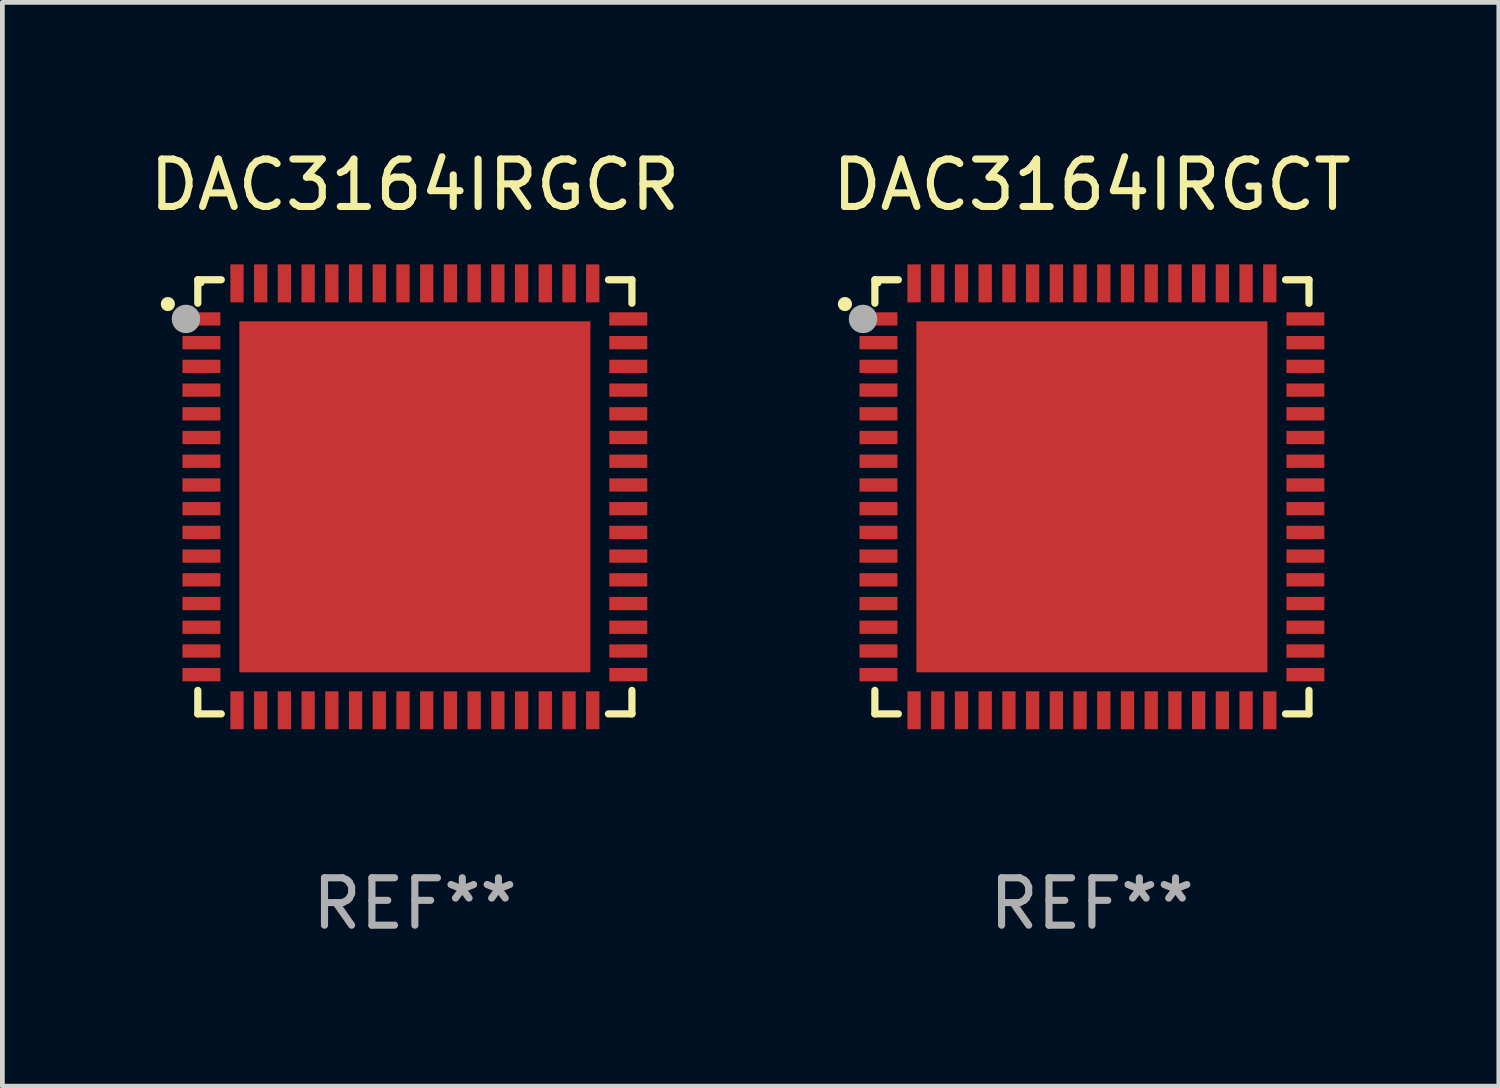
<source format=kicad_pcb>
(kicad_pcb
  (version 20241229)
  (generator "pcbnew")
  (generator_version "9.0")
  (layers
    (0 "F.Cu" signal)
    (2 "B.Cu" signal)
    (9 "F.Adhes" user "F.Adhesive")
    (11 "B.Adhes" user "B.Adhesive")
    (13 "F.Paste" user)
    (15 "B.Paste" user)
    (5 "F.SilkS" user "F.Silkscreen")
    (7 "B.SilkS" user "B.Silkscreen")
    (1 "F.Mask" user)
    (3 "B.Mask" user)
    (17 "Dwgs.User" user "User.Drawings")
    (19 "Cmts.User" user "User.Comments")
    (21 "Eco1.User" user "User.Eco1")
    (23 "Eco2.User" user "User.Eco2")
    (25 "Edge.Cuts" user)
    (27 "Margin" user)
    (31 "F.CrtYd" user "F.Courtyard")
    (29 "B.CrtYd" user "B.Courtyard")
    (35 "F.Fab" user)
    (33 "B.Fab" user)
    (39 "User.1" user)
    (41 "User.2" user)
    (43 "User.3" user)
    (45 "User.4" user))
  (footprint "DAC3164IRGCR"
    (layer "F.Cu")
    (at 5.696 7.424)
    (property "Reference" "DAC3164IRGCR" (at 0 -6.576 0) (layer "F.SilkS") (effects (font (size 1 1) (thickness 0.15))))
    (attr through_hole)
    (fp_line (start -4.576 -4.576) (end -4.576 -4.081) (stroke (width 0.152) (type solid)) (layer "F.SilkS"))
    (fp_line (start -4.576 4.576) (end -4.576 4.081) (stroke (width 0.152) (type solid)) (layer "F.SilkS"))
    (fp_line (start -4.081 -4.576) (end -4.576 -4.576) (stroke (width 0.152) (type solid)) (layer "F.SilkS"))
    (fp_line (start -4.081 4.576) (end -4.576 4.576) (stroke (width 0.152) (type solid)) (layer "F.SilkS"))
    (fp_line (start 4.081 -4.576) (end 4.576 -4.576) (stroke (width 0.152) (type solid)) (layer "F.SilkS"))
    (fp_line (start 4.081 4.576) (end 4.576 4.576) (stroke (width 0.152) (type solid)) (layer "F.SilkS"))
    (fp_line (start 4.576 -4.576) (end 4.576 -4.081) (stroke (width 0.152) (type solid)) (layer "F.SilkS"))
    (fp_line (start 4.576 4.576) (end 4.576 4.081) (stroke (width 0.152) (type solid)) (layer "F.SilkS"))
    (fp_circle (center -5.207 -4.064) (end -5.132 -4.064) (stroke (width 0.15) (type solid)) (fill no) (layer "F.SilkS"))
    (fp_circle (center -4.5 -4.5) (end -4.47 -4.5) (stroke (width 0.06) (type solid)) (fill no) (layer "F.SilkS"))
    (fp_circle (center -4.826 -3.75) (end -4.676 -3.75) (stroke (width 0.3) (type solid)) (fill no) (layer "F.Fab"))
    (fp_text user "REF**" (at 0 8.576 0) (layer "F.Fab") (effects (font (size 1 1) (thickness 0.15))))
    (pad "1" smd rect (at -4.5 -3.75) (size 0.8 0.28) (layers "F.Cu" "F.Mask" "F.Paste"))
    (pad "2" smd rect (at -4.5 -3.25) (size 0.8 0.28) (layers "F.Cu" "F.Mask" "F.Paste"))
    (pad "3" smd rect (at -4.5 -2.75) (size 0.8 0.28) (layers "F.Cu" "F.Mask" "F.Paste"))
    (pad "4" smd rect (at -4.5 -2.25) (size 0.8 0.28) (layers "F.Cu" "F.Mask" "F.Paste"))
    (pad "5" smd rect (at -4.5 -1.75) (size 0.8 0.28) (layers "F.Cu" "F.Mask" "F.Paste"))
    (pad "6" smd rect (at -4.5 -1.25) (size 0.8 0.28) (layers "F.Cu" "F.Mask" "F.Paste"))
    (pad "7" smd rect (at -4.5 -0.75) (size 0.8 0.28) (layers "F.Cu" "F.Mask" "F.Paste"))
    (pad "8" smd rect (at -4.5 -0.25) (size 0.8 0.28) (layers "F.Cu" "F.Mask" "F.Paste"))
    (pad "9" smd rect (at -4.5 0.25) (size 0.8 0.28) (layers "F.Cu" "F.Mask" "F.Paste"))
    (pad "10" smd rect (at -4.5 0.75) (size 0.8 0.28) (layers "F.Cu" "F.Mask" "F.Paste"))
    (pad "11" smd rect (at -4.5 1.25) (size 0.8 0.28) (layers "F.Cu" "F.Mask" "F.Paste"))
    (pad "12" smd rect (at -4.5 1.75) (size 0.8 0.28) (layers "F.Cu" "F.Mask" "F.Paste"))
    (pad "13" smd rect (at -4.5 2.25) (size 0.8 0.28) (layers "F.Cu" "F.Mask" "F.Paste"))
    (pad "14" smd rect (at -4.5 2.75) (size 0.8 0.28) (layers "F.Cu" "F.Mask" "F.Paste"))
    (pad "15" smd rect (at -4.5 3.25) (size 0.8 0.28) (layers "F.Cu" "F.Mask" "F.Paste"))
    (pad "16" smd rect (at -4.5 3.75) (size 0.8 0.28) (layers "F.Cu" "F.Mask" "F.Paste"))
    (pad "17" smd rect (at -3.75 4.5) (size 0.28 0.8) (layers "F.Cu" "F.Mask" "F.Paste"))
    (pad "18" smd rect (at -3.25 4.5) (size 0.28 0.8) (layers "F.Cu" "F.Mask" "F.Paste"))
    (pad "19" smd rect (at -2.75 4.5) (size 0.28 0.8) (layers "F.Cu" "F.Mask" "F.Paste"))
    (pad "20" smd rect (at -2.25 4.5) (size 0.28 0.8) (layers "F.Cu" "F.Mask" "F.Paste"))
    (pad "21" smd rect (at -1.75 4.5) (size 0.28 0.8) (layers "F.Cu" "F.Mask" "F.Paste"))
    (pad "22" smd rect (at -1.25 4.5) (size 0.28 0.8) (layers "F.Cu" "F.Mask" "F.Paste"))
    (pad "23" smd rect (at -0.75 4.5) (size 0.28 0.8) (layers "F.Cu" "F.Mask" "F.Paste"))
    (pad "24" smd rect (at -0.25 4.5) (size 0.28 0.8) (layers "F.Cu" "F.Mask" "F.Paste"))
    (pad "25" smd rect (at 0.25 4.5) (size 0.28 0.8) (layers "F.Cu" "F.Mask" "F.Paste"))
    (pad "26" smd rect (at 0.75 4.5) (size 0.28 0.8) (layers "F.Cu" "F.Mask" "F.Paste"))
    (pad "27" smd rect (at 1.25 4.5) (size 0.28 0.8) (layers "F.Cu" "F.Mask" "F.Paste"))
    (pad "28" smd rect (at 1.75 4.5) (size 0.28 0.8) (layers "F.Cu" "F.Mask" "F.Paste"))
    (pad "29" smd rect (at 2.25 4.5) (size 0.28 0.8) (layers "F.Cu" "F.Mask" "F.Paste"))
    (pad "30" smd rect (at 2.75 4.5) (size 0.28 0.8) (layers "F.Cu" "F.Mask" "F.Paste"))
    (pad "31" smd rect (at 3.25 4.5) (size 0.28 0.8) (layers "F.Cu" "F.Mask" "F.Paste"))
    (pad "32" smd rect (at 3.75 4.5) (size 0.28 0.8) (layers "F.Cu" "F.Mask" "F.Paste"))
    (pad "33" smd rect (at 4.5 3.75) (size 0.8 0.28) (layers "F.Cu" "F.Mask" "F.Paste"))
    (pad "34" smd rect (at 4.5 3.25) (size 0.8 0.28) (layers "F.Cu" "F.Mask" "F.Paste"))
    (pad "35" smd rect (at 4.5 2.75) (size 0.8 0.28) (layers "F.Cu" "F.Mask" "F.Paste"))
    (pad "36" smd rect (at 4.5 2.25) (size 0.8 0.28) (layers "F.Cu" "F.Mask" "F.Paste"))
    (pad "37" smd rect (at 4.5 1.75) (size 0.8 0.28) (layers "F.Cu" "F.Mask" "F.Paste"))
    (pad "38" smd rect (at 4.5 1.25) (size 0.8 0.28) (layers "F.Cu" "F.Mask" "F.Paste"))
    (pad "39" smd rect (at 4.5 0.75) (size 0.8 0.28) (layers "F.Cu" "F.Mask" "F.Paste"))
    (pad "40" smd rect (at 4.5 0.25) (size 0.8 0.28) (layers "F.Cu" "F.Mask" "F.Paste"))
    (pad "41" smd rect (at 4.5 -0.25) (size 0.8 0.28) (layers "F.Cu" "F.Mask" "F.Paste"))
    (pad "42" smd rect (at 4.5 -0.75) (size 0.8 0.28) (layers "F.Cu" "F.Mask" "F.Paste"))
    (pad "43" smd rect (at 4.5 -1.25) (size 0.8 0.28) (layers "F.Cu" "F.Mask" "F.Paste"))
    (pad "44" smd rect (at 4.5 -1.75) (size 0.8 0.28) (layers "F.Cu" "F.Mask" "F.Paste"))
    (pad "45" smd rect (at 4.5 -2.25) (size 0.8 0.28) (layers "F.Cu" "F.Mask" "F.Paste"))
    (pad "46" smd rect (at 4.5 -2.75) (size 0.8 0.28) (layers "F.Cu" "F.Mask" "F.Paste"))
    (pad "47" smd rect (at 4.5 -3.25) (size 0.8 0.28) (layers "F.Cu" "F.Mask" "F.Paste"))
    (pad "48" smd rect (at 4.5 -3.75) (size 0.8 0.28) (layers "F.Cu" "F.Mask" "F.Paste"))
    (pad "49" smd rect (at 3.75 -4.5) (size 0.28 0.8) (layers "F.Cu" "F.Mask" "F.Paste"))
    (pad "50" smd rect (at 3.25 -4.5) (size 0.28 0.8) (layers "F.Cu" "F.Mask" "F.Paste"))
    (pad "51" smd rect (at 2.75 -4.5) (size 0.28 0.8) (layers "F.Cu" "F.Mask" "F.Paste"))
    (pad "52" smd rect (at 2.25 -4.5) (size 0.28 0.8) (layers "F.Cu" "F.Mask" "F.Paste"))
    (pad "53" smd rect (at 1.75 -4.5) (size 0.28 0.8) (layers "F.Cu" "F.Mask" "F.Paste"))
    (pad "54" smd rect (at 1.25 -4.5) (size 0.28 0.8) (layers "F.Cu" "F.Mask" "F.Paste"))
    (pad "55" smd rect (at 0.75 -4.5) (size 0.28 0.8) (layers "F.Cu" "F.Mask" "F.Paste"))
    (pad "56" smd rect (at 0.25 -4.5) (size 0.28 0.8) (layers "F.Cu" "F.Mask" "F.Paste"))
    (pad "57" smd rect (at -0.25 -4.5) (size 0.28 0.8) (layers "F.Cu" "F.Mask" "F.Paste"))
    (pad "58" smd rect (at -0.75 -4.5) (size 0.28 0.8) (layers "F.Cu" "F.Mask" "F.Paste"))
    (pad "59" smd rect (at -1.25 -4.5) (size 0.28 0.8) (layers "F.Cu" "F.Mask" "F.Paste"))
    (pad "60" smd rect (at -1.75 -4.5) (size 0.28 0.8) (layers "F.Cu" "F.Mask" "F.Paste"))
    (pad "61" smd rect (at -2.25 -4.5) (size 0.28 0.8) (layers "F.Cu" "F.Mask" "F.Paste"))
    (pad "62" smd rect (at -2.75 -4.5) (size 0.28 0.8) (layers "F.Cu" "F.Mask" "F.Paste"))
    (pad "63" smd rect (at -3.25 -4.5) (size 0.28 0.8) (layers "F.Cu" "F.Mask" "F.Paste"))
    (pad "64" smd rect (at -3.75 -4.5) (size 0.28 0.8) (layers "F.Cu" "F.Mask" "F.Paste"))
    (pad "65" smd rect (at 0 0) (size 7.4 7.4) (layers "F.Cu" "F.Mask" "F.Paste")))
  (footprint "DAC3164IRGCT"
    (layer "F.Cu")
    (at 19.97 7.424)
    (property "Reference" "DAC3164IRGCT" (at 0 -6.576 0) (layer "F.SilkS") (effects (font (size 1 1) (thickness 0.15))))
    (attr through_hole)
    (fp_line (start -4.576 -4.576) (end -4.576 -4.081) (stroke (width 0.152) (type solid)) (layer "F.SilkS"))
    (fp_line (start -4.576 4.576) (end -4.576 4.081) (stroke (width 0.152) (type solid)) (layer "F.SilkS"))
    (fp_line (start -4.081 -4.576) (end -4.576 -4.576) (stroke (width 0.152) (type solid)) (layer "F.SilkS"))
    (fp_line (start -4.081 4.576) (end -4.576 4.576) (stroke (width 0.152) (type solid)) (layer "F.SilkS"))
    (fp_line (start 4.081 -4.576) (end 4.576 -4.576) (stroke (width 0.152) (type solid)) (layer "F.SilkS"))
    (fp_line (start 4.081 4.576) (end 4.576 4.576) (stroke (width 0.152) (type solid)) (layer "F.SilkS"))
    (fp_line (start 4.576 -4.576) (end 4.576 -4.081) (stroke (width 0.152) (type solid)) (layer "F.SilkS"))
    (fp_line (start 4.576 4.576) (end 4.576 4.081) (stroke (width 0.152) (type solid)) (layer "F.SilkS"))
    (fp_circle (center -5.207 -4.064) (end -5.132 -4.064) (stroke (width 0.15) (type solid)) (fill no) (layer "F.SilkS"))
    (fp_circle (center -4.5 -4.5) (end -4.47 -4.5) (stroke (width 0.06) (type solid)) (fill no) (layer "F.SilkS"))
    (fp_circle (center -4.826 -3.75) (end -4.676 -3.75) (stroke (width 0.3) (type solid)) (fill no) (layer "F.Fab"))
    (fp_text user "REF**" (at 0 8.576 0) (layer "F.Fab") (effects (font (size 1 1) (thickness 0.15))))
    (pad "1" smd rect (at -4.5 -3.75) (size 0.8 0.28) (layers "F.Cu" "F.Mask" "F.Paste"))
    (pad "2" smd rect (at -4.5 -3.25) (size 0.8 0.28) (layers "F.Cu" "F.Mask" "F.Paste"))
    (pad "3" smd rect (at -4.5 -2.75) (size 0.8 0.28) (layers "F.Cu" "F.Mask" "F.Paste"))
    (pad "4" smd rect (at -4.5 -2.25) (size 0.8 0.28) (layers "F.Cu" "F.Mask" "F.Paste"))
    (pad "5" smd rect (at -4.5 -1.75) (size 0.8 0.28) (layers "F.Cu" "F.Mask" "F.Paste"))
    (pad "6" smd rect (at -4.5 -1.25) (size 0.8 0.28) (layers "F.Cu" "F.Mask" "F.Paste"))
    (pad "7" smd rect (at -4.5 -0.75) (size 0.8 0.28) (layers "F.Cu" "F.Mask" "F.Paste"))
    (pad "8" smd rect (at -4.5 -0.25) (size 0.8 0.28) (layers "F.Cu" "F.Mask" "F.Paste"))
    (pad "9" smd rect (at -4.5 0.25) (size 0.8 0.28) (layers "F.Cu" "F.Mask" "F.Paste"))
    (pad "10" smd rect (at -4.5 0.75) (size 0.8 0.28) (layers "F.Cu" "F.Mask" "F.Paste"))
    (pad "11" smd rect (at -4.5 1.25) (size 0.8 0.28) (layers "F.Cu" "F.Mask" "F.Paste"))
    (pad "12" smd rect (at -4.5 1.75) (size 0.8 0.28) (layers "F.Cu" "F.Mask" "F.Paste"))
    (pad "13" smd rect (at -4.5 2.25) (size 0.8 0.28) (layers "F.Cu" "F.Mask" "F.Paste"))
    (pad "14" smd rect (at -4.5 2.75) (size 0.8 0.28) (layers "F.Cu" "F.Mask" "F.Paste"))
    (pad "15" smd rect (at -4.5 3.25) (size 0.8 0.28) (layers "F.Cu" "F.Mask" "F.Paste"))
    (pad "16" smd rect (at -4.5 3.75) (size 0.8 0.28) (layers "F.Cu" "F.Mask" "F.Paste"))
    (pad "17" smd rect (at -3.75 4.5) (size 0.28 0.8) (layers "F.Cu" "F.Mask" "F.Paste"))
    (pad "18" smd rect (at -3.25 4.5) (size 0.28 0.8) (layers "F.Cu" "F.Mask" "F.Paste"))
    (pad "19" smd rect (at -2.75 4.5) (size 0.28 0.8) (layers "F.Cu" "F.Mask" "F.Paste"))
    (pad "20" smd rect (at -2.25 4.5) (size 0.28 0.8) (layers "F.Cu" "F.Mask" "F.Paste"))
    (pad "21" smd rect (at -1.75 4.5) (size 0.28 0.8) (layers "F.Cu" "F.Mask" "F.Paste"))
    (pad "22" smd rect (at -1.25 4.5) (size 0.28 0.8) (layers "F.Cu" "F.Mask" "F.Paste"))
    (pad "23" smd rect (at -0.75 4.5) (size 0.28 0.8) (layers "F.Cu" "F.Mask" "F.Paste"))
    (pad "24" smd rect (at -0.25 4.5) (size 0.28 0.8) (layers "F.Cu" "F.Mask" "F.Paste"))
    (pad "25" smd rect (at 0.25 4.5) (size 0.28 0.8) (layers "F.Cu" "F.Mask" "F.Paste"))
    (pad "26" smd rect (at 0.75 4.5) (size 0.28 0.8) (layers "F.Cu" "F.Mask" "F.Paste"))
    (pad "27" smd rect (at 1.25 4.5) (size 0.28 0.8) (layers "F.Cu" "F.Mask" "F.Paste"))
    (pad "28" smd rect (at 1.75 4.5) (size 0.28 0.8) (layers "F.Cu" "F.Mask" "F.Paste"))
    (pad "29" smd rect (at 2.25 4.5) (size 0.28 0.8) (layers "F.Cu" "F.Mask" "F.Paste"))
    (pad "30" smd rect (at 2.75 4.5) (size 0.28 0.8) (layers "F.Cu" "F.Mask" "F.Paste"))
    (pad "31" smd rect (at 3.25 4.5) (size 0.28 0.8) (layers "F.Cu" "F.Mask" "F.Paste"))
    (pad "32" smd rect (at 3.75 4.5) (size 0.28 0.8) (layers "F.Cu" "F.Mask" "F.Paste"))
    (pad "33" smd rect (at 4.5 3.75) (size 0.8 0.28) (layers "F.Cu" "F.Mask" "F.Paste"))
    (pad "34" smd rect (at 4.5 3.25) (size 0.8 0.28) (layers "F.Cu" "F.Mask" "F.Paste"))
    (pad "35" smd rect (at 4.5 2.75) (size 0.8 0.28) (layers "F.Cu" "F.Mask" "F.Paste"))
    (pad "36" smd rect (at 4.5 2.25) (size 0.8 0.28) (layers "F.Cu" "F.Mask" "F.Paste"))
    (pad "37" smd rect (at 4.5 1.75) (size 0.8 0.28) (layers "F.Cu" "F.Mask" "F.Paste"))
    (pad "38" smd rect (at 4.5 1.25) (size 0.8 0.28) (layers "F.Cu" "F.Mask" "F.Paste"))
    (pad "39" smd rect (at 4.5 0.75) (size 0.8 0.28) (layers "F.Cu" "F.Mask" "F.Paste"))
    (pad "40" smd rect (at 4.5 0.25) (size 0.8 0.28) (layers "F.Cu" "F.Mask" "F.Paste"))
    (pad "41" smd rect (at 4.5 -0.25) (size 0.8 0.28) (layers "F.Cu" "F.Mask" "F.Paste"))
    (pad "42" smd rect (at 4.5 -0.75) (size 0.8 0.28) (layers "F.Cu" "F.Mask" "F.Paste"))
    (pad "43" smd rect (at 4.5 -1.25) (size 0.8 0.28) (layers "F.Cu" "F.Mask" "F.Paste"))
    (pad "44" smd rect (at 4.5 -1.75) (size 0.8 0.28) (layers "F.Cu" "F.Mask" "F.Paste"))
    (pad "45" smd rect (at 4.5 -2.25) (size 0.8 0.28) (layers "F.Cu" "F.Mask" "F.Paste"))
    (pad "46" smd rect (at 4.5 -2.75) (size 0.8 0.28) (layers "F.Cu" "F.Mask" "F.Paste"))
    (pad "47" smd rect (at 4.5 -3.25) (size 0.8 0.28) (layers "F.Cu" "F.Mask" "F.Paste"))
    (pad "48" smd rect (at 4.5 -3.75) (size 0.8 0.28) (layers "F.Cu" "F.Mask" "F.Paste"))
    (pad "49" smd rect (at 3.75 -4.5) (size 0.28 0.8) (layers "F.Cu" "F.Mask" "F.Paste"))
    (pad "50" smd rect (at 3.25 -4.5) (size 0.28 0.8) (layers "F.Cu" "F.Mask" "F.Paste"))
    (pad "51" smd rect (at 2.75 -4.5) (size 0.28 0.8) (layers "F.Cu" "F.Mask" "F.Paste"))
    (pad "52" smd rect (at 2.25 -4.5) (size 0.28 0.8) (layers "F.Cu" "F.Mask" "F.Paste"))
    (pad "53" smd rect (at 1.75 -4.5) (size 0.28 0.8) (layers "F.Cu" "F.Mask" "F.Paste"))
    (pad "54" smd rect (at 1.25 -4.5) (size 0.28 0.8) (layers "F.Cu" "F.Mask" "F.Paste"))
    (pad "55" smd rect (at 0.75 -4.5) (size 0.28 0.8) (layers "F.Cu" "F.Mask" "F.Paste"))
    (pad "56" smd rect (at 0.25 -4.5) (size 0.28 0.8) (layers "F.Cu" "F.Mask" "F.Paste"))
    (pad "57" smd rect (at -0.25 -4.5) (size 0.28 0.8) (layers "F.Cu" "F.Mask" "F.Paste"))
    (pad "58" smd rect (at -0.75 -4.5) (size 0.28 0.8) (layers "F.Cu" "F.Mask" "F.Paste"))
    (pad "59" smd rect (at -1.25 -4.5) (size 0.28 0.8) (layers "F.Cu" "F.Mask" "F.Paste"))
    (pad "60" smd rect (at -1.75 -4.5) (size 0.28 0.8) (layers "F.Cu" "F.Mask" "F.Paste"))
    (pad "61" smd rect (at -2.25 -4.5) (size 0.28 0.8) (layers "F.Cu" "F.Mask" "F.Paste"))
    (pad "62" smd rect (at -2.75 -4.5) (size 0.28 0.8) (layers "F.Cu" "F.Mask" "F.Paste"))
    (pad "63" smd rect (at -3.25 -4.5) (size 0.28 0.8) (layers "F.Cu" "F.Mask" "F.Paste"))
    (pad "64" smd rect (at -3.75 -4.5) (size 0.28 0.8) (layers "F.Cu" "F.Mask" "F.Paste"))
    (pad "65" smd rect (at 0 0) (size 7.4 7.4) (layers "F.Cu" "F.Mask" "F.Paste")))
  (gr_rect
    (start -3 -3)
    (end 28.548 19.849)
    (stroke (width 0.1) (type default))
    (fill no)
    (layer "Edge.Cuts")))
</source>
